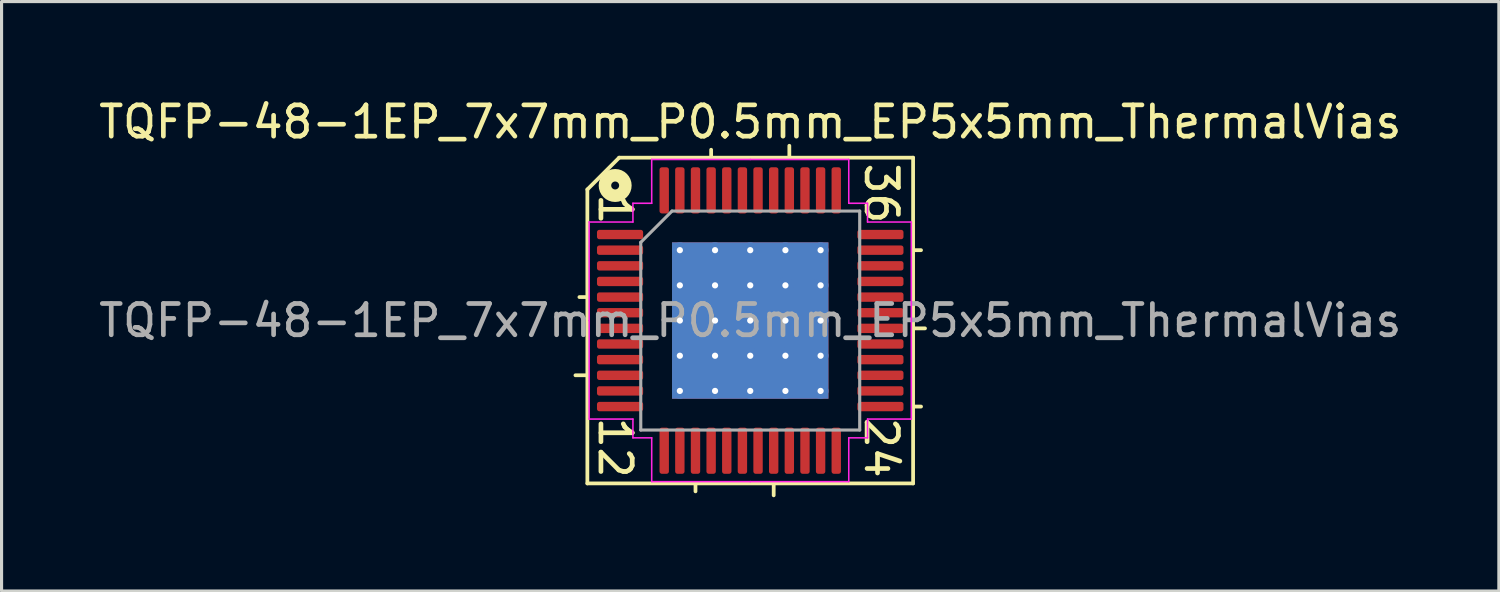
<source format=kicad_pcb>
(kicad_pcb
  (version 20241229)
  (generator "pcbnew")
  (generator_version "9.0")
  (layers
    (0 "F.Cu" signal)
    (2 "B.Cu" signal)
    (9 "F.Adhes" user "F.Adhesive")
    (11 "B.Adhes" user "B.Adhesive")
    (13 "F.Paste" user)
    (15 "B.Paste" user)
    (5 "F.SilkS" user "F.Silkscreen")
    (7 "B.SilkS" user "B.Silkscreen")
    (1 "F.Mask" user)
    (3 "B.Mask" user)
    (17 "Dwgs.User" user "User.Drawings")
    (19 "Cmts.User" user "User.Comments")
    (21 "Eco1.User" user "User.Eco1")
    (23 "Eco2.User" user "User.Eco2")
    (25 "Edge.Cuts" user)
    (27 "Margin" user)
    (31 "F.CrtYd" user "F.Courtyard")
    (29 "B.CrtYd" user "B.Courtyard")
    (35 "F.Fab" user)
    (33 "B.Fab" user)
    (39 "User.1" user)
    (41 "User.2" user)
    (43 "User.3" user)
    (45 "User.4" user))
  (footprint "TQFP-48-1EP_7x7mm_P0.5mm_EP5x5mm_ThermalVias"
    (layer "F.Cu")
    (at 20.935 7.198)
    (property "Reference" "TQFP-48-1EP_7x7mm_P0.5mm_EP5x5mm_ThermalVias" (at 0 -6.35 0) (layer "F.SilkS") (effects (font (size 1 1) (thickness 0.15))))
    (attr smd)
    (fp_line (start -5.207 -4.191) (end -5.207 5.207) (stroke (width 0.12) (type solid)) (layer "F.SilkS"))
    (fp_line (start -5.207 -0.75) (end -5.461 -0.75) (stroke (width 0.12) (type solid)) (layer "F.SilkS"))
    (fp_line (start -5.207 1.75) (end -5.588 1.75) (stroke (width 0.12) (type solid)) (layer "F.SilkS"))
    (fp_line (start -5.207 5.207) (end 5.207 5.207) (stroke (width 0.12) (type solid)) (layer "F.SilkS"))
    (fp_line (start -4.191 -5.207) (end -5.207 -4.191) (stroke (width 0.12) (type solid)) (layer "F.SilkS"))
    (fp_line (start -1.75 5.207) (end -1.75 5.461) (stroke (width 0.12) (type solid)) (layer "F.SilkS"))
    (fp_line (start -1.25 -5.207) (end -1.25 -5.461) (stroke (width 0.12) (type solid)) (layer "F.SilkS"))
    (fp_line (start 0.75 5.207) (end 0.75 5.588) (stroke (width 0.12) (type solid)) (layer "F.SilkS"))
    (fp_line (start 1.25 -5.207) (end 1.25 -5.588) (stroke (width 0.12) (type solid)) (layer "F.SilkS"))
    (fp_line (start 5.207 -5.207) (end -4.191 -5.207) (stroke (width 0.12) (type solid)) (layer "F.SilkS"))
    (fp_line (start 5.207 -2.25) (end 5.461 -2.25) (stroke (width 0.12) (type solid)) (layer "F.SilkS"))
    (fp_line (start 5.207 0.25) (end 5.588 0.25) (stroke (width 0.12) (type solid)) (layer "F.SilkS"))
    (fp_line (start 5.207 2.75) (end 5.461 2.75) (stroke (width 0.12) (type solid)) (layer "F.SilkS"))
    (fp_line (start 5.207 5.207) (end 5.207 -5.207) (stroke (width 0.12) (type solid)) (layer "F.SilkS"))
    (fp_circle (center -4.318 -4.318) (end -4.191 -4.318) (stroke (width 0.4) (type solid)) (fill no) (layer "F.SilkS"))
    (fp_line (start -5.15 -3.15) (end -5.15 0) (stroke (width 0.05) (type solid)) (layer "F.CrtYd"))
    (fp_line (start -5.15 3.15) (end -5.15 0) (stroke (width 0.05) (type solid)) (layer "F.CrtYd"))
    (fp_line (start -3.75 -3.75) (end -3.75 -3.15) (stroke (width 0.05) (type solid)) (layer "F.CrtYd"))
    (fp_line (start -3.75 -3.15) (end -5.15 -3.15) (stroke (width 0.05) (type solid)) (layer "F.CrtYd"))
    (fp_line (start -3.75 3.15) (end -5.15 3.15) (stroke (width 0.05) (type solid)) (layer "F.CrtYd"))
    (fp_line (start -3.75 3.75) (end -3.75 3.15) (stroke (width 0.05) (type solid)) (layer "F.CrtYd"))
    (fp_line (start -3.15 -5.15) (end -3.15 -3.75) (stroke (width 0.05) (type solid)) (layer "F.CrtYd"))
    (fp_line (start -3.15 -3.75) (end -3.75 -3.75) (stroke (width 0.05) (type solid)) (layer "F.CrtYd"))
    (fp_line (start -3.15 3.75) (end -3.75 3.75) (stroke (width 0.05) (type solid)) (layer "F.CrtYd"))
    (fp_line (start -3.15 5.15) (end -3.15 3.75) (stroke (width 0.05) (type solid)) (layer "F.CrtYd"))
    (fp_line (start 0 -5.15) (end -3.15 -5.15) (stroke (width 0.05) (type solid)) (layer "F.CrtYd"))
    (fp_line (start 0 -5.15) (end 3.15 -5.15) (stroke (width 0.05) (type solid)) (layer "F.CrtYd"))
    (fp_line (start 0 5.15) (end -3.15 5.15) (stroke (width 0.05) (type solid)) (layer "F.CrtYd"))
    (fp_line (start 0 5.15) (end 3.15 5.15) (stroke (width 0.05) (type solid)) (layer "F.CrtYd"))
    (fp_line (start 3.15 -5.15) (end 3.15 -3.75) (stroke (width 0.05) (type solid)) (layer "F.CrtYd"))
    (fp_line (start 3.15 -3.75) (end 3.75 -3.75) (stroke (width 0.05) (type solid)) (layer "F.CrtYd"))
    (fp_line (start 3.15 3.75) (end 3.75 3.75) (stroke (width 0.05) (type solid)) (layer "F.CrtYd"))
    (fp_line (start 3.15 5.15) (end 3.15 3.75) (stroke (width 0.05) (type solid)) (layer "F.CrtYd"))
    (fp_line (start 3.75 -3.75) (end 3.75 -3.15) (stroke (width 0.05) (type solid)) (layer "F.CrtYd"))
    (fp_line (start 3.75 -3.15) (end 5.15 -3.15) (stroke (width 0.05) (type solid)) (layer "F.CrtYd"))
    (fp_line (start 3.75 3.15) (end 5.15 3.15) (stroke (width 0.05) (type solid)) (layer "F.CrtYd"))
    (fp_line (start 3.75 3.75) (end 3.75 3.15) (stroke (width 0.05) (type solid)) (layer "F.CrtYd"))
    (fp_line (start 5.15 -3.15) (end 5.15 0) (stroke (width 0.05) (type solid)) (layer "F.CrtYd"))
    (fp_line (start 5.15 3.15) (end 5.15 0) (stroke (width 0.05) (type solid)) (layer "F.CrtYd"))
    (fp_line (start -3.5 -2.5) (end -2.5 -3.5) (stroke (width 0.1) (type solid)) (layer "F.Fab"))
    (fp_line (start -3.5 3.5) (end -3.5 -2.5) (stroke (width 0.1) (type solid)) (layer "F.Fab"))
    (fp_line (start -2.5 -3.5) (end 3.5 -3.5) (stroke (width 0.1) (type solid)) (layer "F.Fab"))
    (fp_line (start 3.5 -3.5) (end 3.5 3.5) (stroke (width 0.1) (type solid)) (layer "F.Fab"))
    (fp_line (start 3.5 3.5) (end -3.5 3.5) (stroke (width 0.1) (type solid)) (layer "F.Fab"))
    (fp_text user "12" (at -4.318 4.064 270) (unlocked yes) (layer "F.SilkS") (effects (font (size 1 1) (thickness 0.15))))
    (fp_text user "36" (at 4.191 -4.064 270) (unlocked yes) (layer "F.SilkS") (effects (font (size 1 1) (thickness 0.15))))
    (fp_text user "1" (at -4.318 -3.556 270) (unlocked yes) (layer "F.SilkS") (effects (font (size 1 1) (thickness 0.15))))
    (fp_text user "24" (at 4.191 4.064 270) (unlocked yes) (layer "F.SilkS") (effects (font (size 1 1) (thickness 0.15))))
    (fp_text user "${REFERENCE}" (at 0 0 0) (layer "F.Fab") (effects (font (size 1 1) (thickness 0.15))))
    (pad "" smd custom (at -1.688 -1.688) (size 0.891 0.891) (layers "F.Paste") (options (anchor circle)) (primitives (gr_poly (pts (xy 0.387 -0.29) (xy 0.387 0.29) (xy 0.29 0.387) (xy -0.29 0.387) (xy -0.387 0.29) (xy -0.387 -0.29) (xy -0.29 -0.387) (xy 0.29 -0.387)) (width 0.234) (fill yes))))
    (pad "" smd custom (at -1.688 -0.562) (size 0.891 0.891) (layers "F.Paste") (options (anchor circle)) (primitives (gr_poly (pts (xy 0.387 -0.29) (xy 0.387 0.29) (xy 0.29 0.387) (xy -0.29 0.387) (xy -0.387 0.29) (xy -0.387 -0.29) (xy -0.29 -0.387) (xy 0.29 -0.387)) (width 0.234) (fill yes))))
    (pad "" smd custom (at -1.688 0.562) (size 0.891 0.891) (layers "F.Paste") (options (anchor circle)) (primitives (gr_poly (pts (xy 0.387 -0.29) (xy 0.387 0.29) (xy 0.29 0.387) (xy -0.29 0.387) (xy -0.387 0.29) (xy -0.387 -0.29) (xy -0.29 -0.387) (xy 0.29 -0.387)) (width 0.234) (fill yes))))
    (pad "" smd custom (at -1.688 1.688) (size 0.891 0.891) (layers "F.Paste") (options (anchor circle)) (primitives (gr_poly (pts (xy 0.387 -0.29) (xy 0.387 0.29) (xy 0.29 0.387) (xy -0.29 0.387) (xy -0.387 0.29) (xy -0.387 -0.29) (xy -0.29 -0.387) (xy 0.29 -0.387)) (width 0.234) (fill yes))))
    (pad "" smd custom (at -0.562 -1.688) (size 0.891 0.891) (layers "F.Paste") (options (anchor circle)) (primitives (gr_poly (pts (xy 0.387 -0.29) (xy 0.387 0.29) (xy 0.29 0.387) (xy -0.29 0.387) (xy -0.387 0.29) (xy -0.387 -0.29) (xy -0.29 -0.387) (xy 0.29 -0.387)) (width 0.234) (fill yes))))
    (pad "" smd custom (at -0.562 -0.562) (size 0.891 0.891) (layers "F.Paste") (options (anchor circle)) (primitives (gr_poly (pts (xy 0.387 -0.29) (xy 0.387 0.29) (xy 0.29 0.387) (xy -0.29 0.387) (xy -0.387 0.29) (xy -0.387 -0.29) (xy -0.29 -0.387) (xy 0.29 -0.387)) (width 0.234) (fill yes))))
    (pad "" smd custom (at -0.562 0.562) (size 0.891 0.891) (layers "F.Paste") (options (anchor circle)) (primitives (gr_poly (pts (xy 0.387 -0.29) (xy 0.387 0.29) (xy 0.29 0.387) (xy -0.29 0.387) (xy -0.387 0.29) (xy -0.387 -0.29) (xy -0.29 -0.387) (xy 0.29 -0.387)) (width 0.234) (fill yes))))
    (pad "" smd custom (at -0.562 1.688) (size 0.891 0.891) (layers "F.Paste") (options (anchor circle)) (primitives (gr_poly (pts (xy 0.387 -0.29) (xy 0.387 0.29) (xy 0.29 0.387) (xy -0.29 0.387) (xy -0.387 0.29) (xy -0.387 -0.29) (xy -0.29 -0.387) (xy 0.29 -0.387)) (width 0.234) (fill yes))))
    (pad "" smd custom (at 0.562 -1.688) (size 0.891 0.891) (layers "F.Paste") (options (anchor circle)) (primitives (gr_poly (pts (xy 0.387 -0.29) (xy 0.387 0.29) (xy 0.29 0.387) (xy -0.29 0.387) (xy -0.387 0.29) (xy -0.387 -0.29) (xy -0.29 -0.387) (xy 0.29 -0.387)) (width 0.234) (fill yes))))
    (pad "" smd custom (at 0.562 -0.562) (size 0.891 0.891) (layers "F.Paste") (options (anchor circle)) (primitives (gr_poly (pts (xy 0.387 -0.29) (xy 0.387 0.29) (xy 0.29 0.387) (xy -0.29 0.387) (xy -0.387 0.29) (xy -0.387 -0.29) (xy -0.29 -0.387) (xy 0.29 -0.387)) (width 0.234) (fill yes))))
    (pad "" smd custom (at 0.562 0.562) (size 0.891 0.891) (layers "F.Paste") (options (anchor circle)) (primitives (gr_poly (pts (xy 0.387 -0.29) (xy 0.387 0.29) (xy 0.29 0.387) (xy -0.29 0.387) (xy -0.387 0.29) (xy -0.387 -0.29) (xy -0.29 -0.387) (xy 0.29 -0.387)) (width 0.234) (fill yes))))
    (pad "" smd custom (at 0.562 1.688) (size 0.891 0.891) (layers "F.Paste") (options (anchor circle)) (primitives (gr_poly (pts (xy 0.387 -0.29) (xy 0.387 0.29) (xy 0.29 0.387) (xy -0.29 0.387) (xy -0.387 0.29) (xy -0.387 -0.29) (xy -0.29 -0.387) (xy 0.29 -0.387)) (width 0.234) (fill yes))))
    (pad "" smd custom (at 1.688 -1.688) (size 0.891 0.891) (layers "F.Paste") (options (anchor circle)) (primitives (gr_poly (pts (xy 0.387 -0.29) (xy 0.387 0.29) (xy 0.29 0.387) (xy -0.29 0.387) (xy -0.387 0.29) (xy -0.387 -0.29) (xy -0.29 -0.387) (xy 0.29 -0.387)) (width 0.234) (fill yes))))
    (pad "" smd custom (at 1.688 -0.562) (size 0.891 0.891) (layers "F.Paste") (options (anchor circle)) (primitives (gr_poly (pts (xy 0.387 -0.29) (xy 0.387 0.29) (xy 0.29 0.387) (xy -0.29 0.387) (xy -0.387 0.29) (xy -0.387 -0.29) (xy -0.29 -0.387) (xy 0.29 -0.387)) (width 0.234) (fill yes))))
    (pad "" smd custom (at 1.688 0.562) (size 0.891 0.891) (layers "F.Paste") (options (anchor circle)) (primitives (gr_poly (pts (xy 0.387 -0.29) (xy 0.387 0.29) (xy 0.29 0.387) (xy -0.29 0.387) (xy -0.387 0.29) (xy -0.387 -0.29) (xy -0.29 -0.387) (xy 0.29 -0.387)) (width 0.234) (fill yes))))
    (pad "" smd custom (at 1.688 1.688) (size 0.891 0.891) (layers "F.Paste") (options (anchor circle)) (primitives (gr_poly (pts (xy 0.387 -0.29) (xy 0.387 0.29) (xy 0.29 0.387) (xy -0.29 0.387) (xy -0.387 0.29) (xy -0.387 -0.29) (xy -0.29 -0.387) (xy 0.29 -0.387)) (width 0.234) (fill yes))))
    (pad "1" smd roundrect (at -4.162 -2.75) (size 1.475 0.3) (layers "F.Cu" "F.Mask" "F.Paste") (roundrect_rratio 0.25))
    (pad "2" smd roundrect (at -4.162 -2.25) (size 1.475 0.3) (layers "F.Cu" "F.Mask" "F.Paste") (roundrect_rratio 0.25))
    (pad "3" smd roundrect (at -4.162 -1.75) (size 1.475 0.3) (layers "F.Cu" "F.Mask" "F.Paste") (roundrect_rratio 0.25))
    (pad "4" smd roundrect (at -4.162 -1.25) (size 1.475 0.3) (layers "F.Cu" "F.Mask" "F.Paste") (roundrect_rratio 0.25))
    (pad "5" smd roundrect (at -4.162 -0.75) (size 1.475 0.3) (layers "F.Cu" "F.Mask" "F.Paste") (roundrect_rratio 0.25))
    (pad "6" smd roundrect (at -4.162 -0.25) (size 1.475 0.3) (layers "F.Cu" "F.Mask" "F.Paste") (roundrect_rratio 0.25))
    (pad "7" smd roundrect (at -4.162 0.25) (size 1.475 0.3) (layers "F.Cu" "F.Mask" "F.Paste") (roundrect_rratio 0.25))
    (pad "8" smd roundrect (at -4.162 0.75) (size 1.475 0.3) (layers "F.Cu" "F.Mask" "F.Paste") (roundrect_rratio 0.25))
    (pad "9" smd roundrect (at -4.162 1.25) (size 1.475 0.3) (layers "F.Cu" "F.Mask" "F.Paste") (roundrect_rratio 0.25))
    (pad "10" smd roundrect (at -4.162 1.75) (size 1.475 0.3) (layers "F.Cu" "F.Mask" "F.Paste") (roundrect_rratio 0.25))
    (pad "11" smd roundrect (at -4.162 2.25) (size 1.475 0.3) (layers "F.Cu" "F.Mask" "F.Paste") (roundrect_rratio 0.25))
    (pad "12" smd roundrect (at -4.162 2.75) (size 1.475 0.3) (layers "F.Cu" "F.Mask" "F.Paste") (roundrect_rratio 0.25))
    (pad "13" smd roundrect (at -2.75 4.162) (size 0.3 1.475) (layers "F.Cu" "F.Mask" "F.Paste") (roundrect_rratio 0.25))
    (pad "14" smd roundrect (at -2.25 4.162) (size 0.3 1.475) (layers "F.Cu" "F.Mask" "F.Paste") (roundrect_rratio 0.25))
    (pad "15" smd roundrect (at -1.75 4.162) (size 0.3 1.475) (layers "F.Cu" "F.Mask" "F.Paste") (roundrect_rratio 0.25))
    (pad "16" smd roundrect (at -1.25 4.162) (size 0.3 1.475) (layers "F.Cu" "F.Mask" "F.Paste") (roundrect_rratio 0.25))
    (pad "17" smd roundrect (at -0.75 4.162) (size 0.3 1.475) (layers "F.Cu" "F.Mask" "F.Paste") (roundrect_rratio 0.25))
    (pad "18" smd roundrect (at -0.25 4.162) (size 0.3 1.475) (layers "F.Cu" "F.Mask" "F.Paste") (roundrect_rratio 0.25))
    (pad "19" smd roundrect (at 0.25 4.162) (size 0.3 1.475) (layers "F.Cu" "F.Mask" "F.Paste") (roundrect_rratio 0.25))
    (pad "20" smd roundrect (at 0.75 4.162) (size 0.3 1.475) (layers "F.Cu" "F.Mask" "F.Paste") (roundrect_rratio 0.25))
    (pad "21" smd roundrect (at 1.25 4.162) (size 0.3 1.475) (layers "F.Cu" "F.Mask" "F.Paste") (roundrect_rratio 0.25))
    (pad "22" smd roundrect (at 1.75 4.162) (size 0.3 1.475) (layers "F.Cu" "F.Mask" "F.Paste") (roundrect_rratio 0.25))
    (pad "23" smd roundrect (at 2.25 4.162) (size 0.3 1.475) (layers "F.Cu" "F.Mask" "F.Paste") (roundrect_rratio 0.25))
    (pad "24" smd roundrect (at 2.75 4.162) (size 0.3 1.475) (layers "F.Cu" "F.Mask" "F.Paste") (roundrect_rratio 0.25))
    (pad "25" smd roundrect (at 4.162 2.75) (size 1.475 0.3) (layers "F.Cu" "F.Mask" "F.Paste") (roundrect_rratio 0.25))
    (pad "26" smd roundrect (at 4.162 2.25) (size 1.475 0.3) (layers "F.Cu" "F.Mask" "F.Paste") (roundrect_rratio 0.25))
    (pad "27" smd roundrect (at 4.162 1.75) (size 1.475 0.3) (layers "F.Cu" "F.Mask" "F.Paste") (roundrect_rratio 0.25))
    (pad "28" smd roundrect (at 4.162 1.25) (size 1.475 0.3) (layers "F.Cu" "F.Mask" "F.Paste") (roundrect_rratio 0.25))
    (pad "29" smd roundrect (at 4.162 0.75) (size 1.475 0.3) (layers "F.Cu" "F.Mask" "F.Paste") (roundrect_rratio 0.25))
    (pad "30" smd roundrect (at 4.162 0.25) (size 1.475 0.3) (layers "F.Cu" "F.Mask" "F.Paste") (roundrect_rratio 0.25))
    (pad "31" smd roundrect (at 4.162 -0.25) (size 1.475 0.3) (layers "F.Cu" "F.Mask" "F.Paste") (roundrect_rratio 0.25))
    (pad "32" smd roundrect (at 4.162 -0.75) (size 1.475 0.3) (layers "F.Cu" "F.Mask" "F.Paste") (roundrect_rratio 0.25))
    (pad "33" smd roundrect (at 4.162 -1.25) (size 1.475 0.3) (layers "F.Cu" "F.Mask" "F.Paste") (roundrect_rratio 0.25))
    (pad "34" smd roundrect (at 4.162 -1.75) (size 1.475 0.3) (layers "F.Cu" "F.Mask" "F.Paste") (roundrect_rratio 0.25))
    (pad "35" smd roundrect (at 4.162 -2.25) (size 1.475 0.3) (layers "F.Cu" "F.Mask" "F.Paste") (roundrect_rratio 0.25))
    (pad "36" smd roundrect (at 4.162 -2.75) (size 1.475 0.3) (layers "F.Cu" "F.Mask" "F.Paste") (roundrect_rratio 0.25))
    (pad "37" smd roundrect (at 2.75 -4.162) (size 0.3 1.475) (layers "F.Cu" "F.Mask" "F.Paste") (roundrect_rratio 0.25))
    (pad "38" smd roundrect (at 2.25 -4.162) (size 0.3 1.475) (layers "F.Cu" "F.Mask" "F.Paste") (roundrect_rratio 0.25))
    (pad "39" smd roundrect (at 1.75 -4.162) (size 0.3 1.475) (layers "F.Cu" "F.Mask" "F.Paste") (roundrect_rratio 0.25))
    (pad "40" smd roundrect (at 1.25 -4.162) (size 0.3 1.475) (layers "F.Cu" "F.Mask" "F.Paste") (roundrect_rratio 0.25))
    (pad "41" smd roundrect (at 0.75 -4.162) (size 0.3 1.475) (layers "F.Cu" "F.Mask" "F.Paste") (roundrect_rratio 0.25))
    (pad "42" smd roundrect (at 0.25 -4.162) (size 0.3 1.475) (layers "F.Cu" "F.Mask" "F.Paste") (roundrect_rratio 0.25))
    (pad "43" smd roundrect (at -0.25 -4.162) (size 0.3 1.475) (layers "F.Cu" "F.Mask" "F.Paste") (roundrect_rratio 0.25))
    (pad "44" smd roundrect (at -0.75 -4.162) (size 0.3 1.475) (layers "F.Cu" "F.Mask" "F.Paste") (roundrect_rratio 0.25))
    (pad "45" smd roundrect (at -1.25 -4.162) (size 0.3 1.475) (layers "F.Cu" "F.Mask" "F.Paste") (roundrect_rratio 0.25))
    (pad "46" smd roundrect (at -1.75 -4.162) (size 0.3 1.475) (layers "F.Cu" "F.Mask" "F.Paste") (roundrect_rratio 0.25))
    (pad "47" smd roundrect (at -2.25 -4.162) (size 0.3 1.475) (layers "F.Cu" "F.Mask" "F.Paste") (roundrect_rratio 0.25))
    (pad "48" smd roundrect (at -2.75 -4.162) (size 0.3 1.475) (layers "F.Cu" "F.Mask" "F.Paste") (roundrect_rratio 0.25))
    (pad "49" thru_hole circle (at -2.25 -2.25) (size 0.5 0.5) (drill 0.2) (layers "*.Cu"))
    (pad "49" thru_hole circle (at -2.25 -1.125) (size 0.5 0.5) (drill 0.2) (layers "*.Cu"))
    (pad "49" thru_hole circle (at -2.25 0) (size 0.5 0.5) (drill 0.2) (layers "*.Cu"))
    (pad "49" thru_hole circle (at -2.25 1.125) (size 0.5 0.5) (drill 0.2) (layers "*.Cu"))
    (pad "49" thru_hole circle (at -2.25 2.25) (size 0.5 0.5) (drill 0.2) (layers "*.Cu"))
    (pad "49" thru_hole circle (at -1.125 -2.25) (size 0.5 0.5) (drill 0.2) (layers "*.Cu"))
    (pad "49" thru_hole circle (at -1.125 -1.125) (size 0.5 0.5) (drill 0.2) (layers "*.Cu"))
    (pad "49" thru_hole circle (at -1.125 0) (size 0.5 0.5) (drill 0.2) (layers "*.Cu"))
    (pad "49" thru_hole circle (at -1.125 1.125) (size 0.5 0.5) (drill 0.2) (layers "*.Cu"))
    (pad "49" thru_hole circle (at -1.125 2.25) (size 0.5 0.5) (drill 0.2) (layers "*.Cu"))
    (pad "49" thru_hole circle (at 0 -2.25) (size 0.5 0.5) (drill 0.2) (layers "*.Cu"))
    (pad "49" thru_hole circle (at 0 -1.125) (size 0.5 0.5) (drill 0.2) (layers "*.Cu"))
    (pad "49" thru_hole circle (at 0 0) (size 0.5 0.5) (drill 0.2) (layers "*.Cu"))
    (pad "49" smd rect (at 0 0) (size 5 5) (layers "F.Cu" "F.Mask"))
    (pad "49" smd rect (at 0 0) (size 5 5) (layers "B.Cu" "B.Mask"))
    (pad "49" thru_hole circle (at 0 1.125) (size 0.5 0.5) (drill 0.2) (layers "*.Cu"))
    (pad "49" thru_hole circle (at 0 2.25) (size 0.5 0.5) (drill 0.2) (layers "*.Cu"))
    (pad "49" thru_hole circle (at 1.125 -2.25) (size 0.5 0.5) (drill 0.2) (layers "*.Cu"))
    (pad "49" thru_hole circle (at 1.125 -1.125) (size 0.5 0.5) (drill 0.2) (layers "*.Cu"))
    (pad "49" thru_hole circle (at 1.125 0) (size 0.5 0.5) (drill 0.2) (layers "*.Cu"))
    (pad "49" thru_hole circle (at 1.125 1.125) (size 0.5 0.5) (drill 0.2) (layers "*.Cu"))
    (pad "49" thru_hole circle (at 1.125 2.25) (size 0.5 0.5) (drill 0.2) (layers "*.Cu"))
    (pad "49" thru_hole circle (at 2.25 -2.25) (size 0.5 0.5) (drill 0.2) (layers "*.Cu"))
    (pad "49" thru_hole circle (at 2.25 -1.125) (size 0.5 0.5) (drill 0.2) (layers "*.Cu"))
    (pad "49" thru_hole circle (at 2.25 0) (size 0.5 0.5) (drill 0.2) (layers "*.Cu"))
    (pad "49" thru_hole circle (at 2.25 1.125) (size 0.5 0.5) (drill 0.2) (layers "*.Cu"))
    (pad "49" thru_hole circle (at 2.25 2.25) (size 0.5 0.5) (drill 0.2) (layers "*.Cu")))
  (gr_rect
    (start -3 -3)
    (end 44.869 15.846)
    (stroke (width 0.1) (type default))
    (fill no)
    (layer "Edge.Cuts")))
</source>
